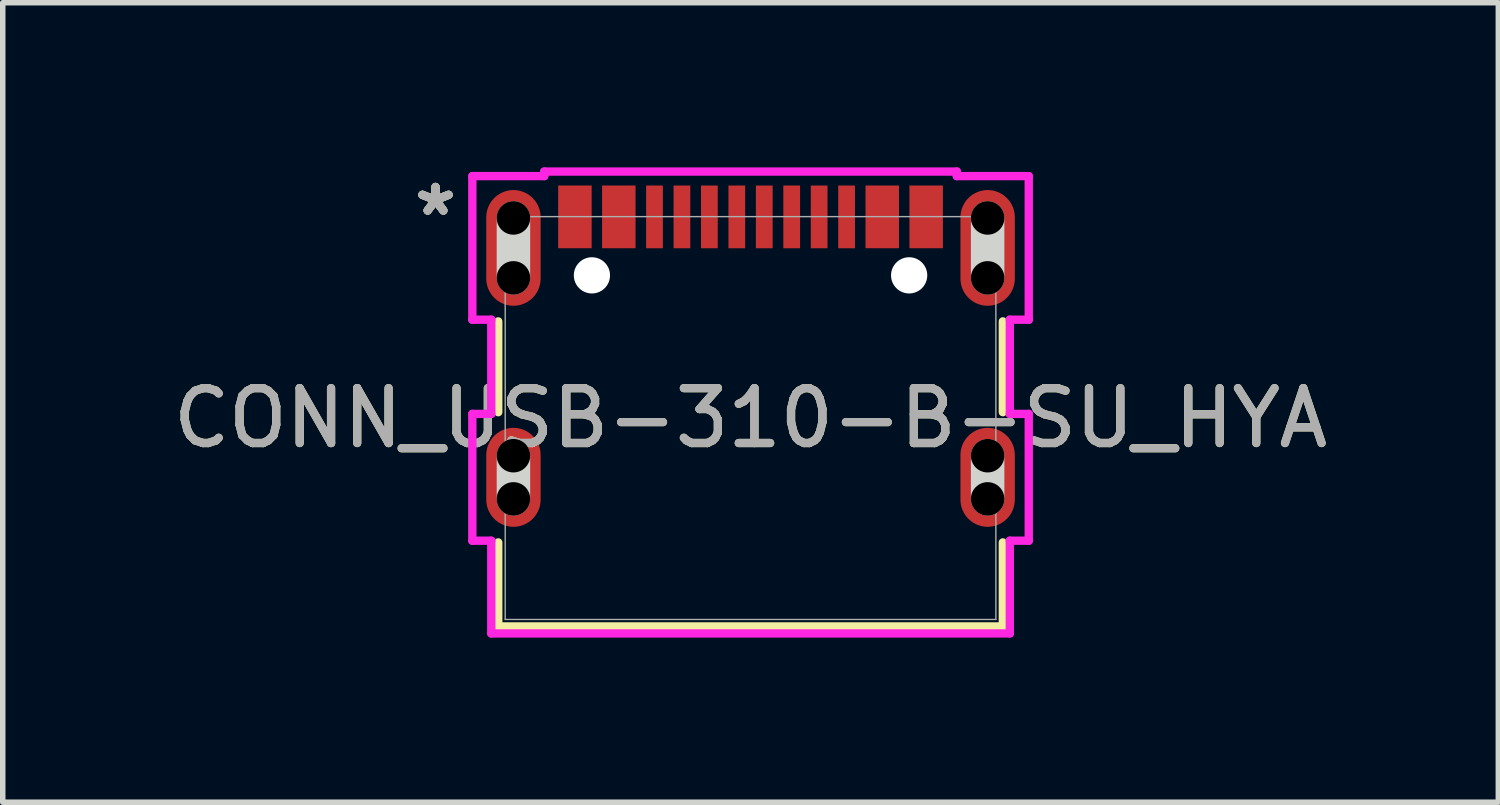
<source format=kicad_pcb>
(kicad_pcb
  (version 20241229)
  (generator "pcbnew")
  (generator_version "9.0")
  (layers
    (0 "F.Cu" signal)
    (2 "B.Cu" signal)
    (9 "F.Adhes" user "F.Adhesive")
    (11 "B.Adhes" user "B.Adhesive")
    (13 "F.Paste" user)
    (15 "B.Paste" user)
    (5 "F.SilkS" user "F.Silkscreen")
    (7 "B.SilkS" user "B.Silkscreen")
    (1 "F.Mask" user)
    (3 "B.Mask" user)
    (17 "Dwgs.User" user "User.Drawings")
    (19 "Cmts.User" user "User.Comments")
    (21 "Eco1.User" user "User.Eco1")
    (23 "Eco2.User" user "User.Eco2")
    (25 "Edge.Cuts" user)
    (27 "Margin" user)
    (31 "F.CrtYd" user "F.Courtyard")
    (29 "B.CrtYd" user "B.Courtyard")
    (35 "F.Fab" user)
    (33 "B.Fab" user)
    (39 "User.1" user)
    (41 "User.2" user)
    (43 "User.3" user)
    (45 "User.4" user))
  (footprint "CONN_USB-310-B-SU_HYA"
    (layer "F.Cu")
    (at 10.625 4.567)
    (property "Reference" "CONN_USB-310-B-SU_HYA" (at 0 0 0) (unlocked yes) (layer "F.SilkS") (effects (font (size 1 1) (thickness 0.15))))
    (attr smd)
    (fp_poly (pts (xy -2.895 -4.237) (xy -3.505 -4.237) (xy -3.505 -3.094) (xy -2.895 -3.094)) (stroke (width 0) (type solid)) (fill yes) (layer "F.Cu"))
    (fp_poly (pts (xy -2.095 -4.237) (xy -2.705 -4.237) (xy -2.705 -3.094) (xy -2.095 -3.094)) (stroke (width 0) (type solid)) (fill yes) (layer "F.Cu"))
    (fp_poly (pts (xy 2.705 -4.237) (xy 2.095 -4.237) (xy 2.095 -3.094) (xy 2.705 -3.094)) (stroke (width 0) (type solid)) (fill yes) (layer "F.Cu"))
    (fp_poly (pts (xy 3.505 -4.237) (xy 2.895 -4.237) (xy 2.895 -3.094) (xy 3.505 -3.094)) (stroke (width 0) (type solid)) (fill yes) (layer "F.Cu"))
    (fp_poly (pts (xy -2.895 -4.237) (xy -3.505 -4.237) (xy -3.505 -3.094) (xy -2.895 -3.094)) (stroke (width 0) (type solid)) (fill yes) (layer "F.Mask"))
    (fp_poly (pts (xy -2.095 -4.237) (xy -2.705 -4.237) (xy -2.705 -3.094) (xy -2.095 -3.094)) (stroke (width 0) (type solid)) (fill yes) (layer "F.Mask"))
    (fp_poly (pts (xy 2.705 -4.237) (xy 2.095 -4.237) (xy 2.095 -3.094) (xy 2.705 -3.094)) (stroke (width 0) (type solid)) (fill yes) (layer "F.Mask"))
    (fp_poly (pts (xy 3.505 -4.237) (xy 2.895 -4.237) (xy 2.895 -3.094) (xy 3.505 -3.094)) (stroke (width 0) (type solid)) (fill yes) (layer "F.Mask"))
    (fp_line (start -4.597 -1.761) (end -4.597 -0.107) (stroke (width 0.152) (type solid)) (layer "F.SilkS"))
    (fp_line (start -4.597 2.266) (end -4.597 3.797) (stroke (width 0.152) (type solid)) (layer "F.SilkS"))
    (fp_line (start -4.597 3.797) (end 4.597 3.797) (stroke (width 0.152) (type solid)) (layer "F.SilkS"))
    (fp_line (start 4.597 -0.107) (end 4.597 -1.761) (stroke (width 0.152) (type solid)) (layer "F.SilkS"))
    (fp_line (start 4.597 3.797) (end 4.597 2.266) (stroke (width 0.152) (type solid)) (layer "F.SilkS"))
    (fp_poly (pts (xy -2.895 -4.237) (xy -3.505 -4.237) (xy -3.505 -3.094) (xy -2.895 -3.094)) (stroke (width 0) (type solid)) (fill yes) (layer "F.Paste"))
    (fp_poly (pts (xy -2.095 -4.237) (xy -2.705 -4.237) (xy -2.705 -3.094) (xy -2.095 -3.094)) (stroke (width 0) (type solid)) (fill yes) (layer "F.Paste"))
    (fp_poly (pts (xy 2.705 -4.237) (xy 2.095 -4.237) (xy 2.095 -3.094) (xy 2.705 -3.094)) (stroke (width 0) (type solid)) (fill yes) (layer "F.Paste"))
    (fp_poly (pts (xy 3.505 -4.237) (xy 2.895 -4.237) (xy 2.895 -3.094) (xy 3.505 -3.094)) (stroke (width 0) (type solid)) (fill yes) (layer "F.Paste"))
    (fp_line (start -4.32 -2.554) (end -4.32 -3.646) (stroke (width 0.61) (type solid)) (layer "Edge.Cuts"))
    (fp_line (start -4.32 1.473) (end -4.32 0.686) (stroke (width 0.61) (type solid)) (layer "Edge.Cuts"))
    (fp_line (start 4.32 -2.554) (end 4.32 -3.646) (stroke (width 0.61) (type solid)) (layer "Edge.Cuts"))
    (fp_line (start 4.32 1.473) (end 4.32 0.686) (stroke (width 0.61) (type solid)) (layer "Edge.Cuts"))
    (fp_line (start -5.069 -4.408) (end -5.069 -1.792) (stroke (width 0.152) (type solid)) (layer "F.CrtYd"))
    (fp_line (start -5.069 -1.792) (end -4.724 -1.792) (stroke (width 0.152) (type solid)) (layer "F.CrtYd"))
    (fp_line (start -5.069 -0.076) (end -5.069 2.235) (stroke (width 0.152) (type solid)) (layer "F.CrtYd"))
    (fp_line (start -5.069 2.235) (end -4.724 2.235) (stroke (width 0.152) (type solid)) (layer "F.CrtYd"))
    (fp_line (start -4.724 -1.792) (end -4.724 -0.076) (stroke (width 0.152) (type solid)) (layer "F.CrtYd"))
    (fp_line (start -4.724 -0.076) (end -5.069 -0.076) (stroke (width 0.152) (type solid)) (layer "F.CrtYd"))
    (fp_line (start -4.724 2.235) (end -4.724 3.924) (stroke (width 0.152) (type solid)) (layer "F.CrtYd"))
    (fp_line (start -4.724 3.924) (end 4.724 3.924) (stroke (width 0.152) (type solid)) (layer "F.CrtYd"))
    (fp_line (start -3.759 -4.491) (end -3.759 -4.408) (stroke (width 0.152) (type solid)) (layer "F.CrtYd"))
    (fp_line (start -3.759 -4.408) (end -5.069 -4.408) (stroke (width 0.152) (type solid)) (layer "F.CrtYd"))
    (fp_line (start 3.759 -4.491) (end -3.759 -4.491) (stroke (width 0.152) (type solid)) (layer "F.CrtYd"))
    (fp_line (start 3.759 -4.408) (end 3.759 -4.491) (stroke (width 0.152) (type solid)) (layer "F.CrtYd"))
    (fp_line (start 4.724 -1.792) (end 5.069 -1.792) (stroke (width 0.152) (type solid)) (layer "F.CrtYd"))
    (fp_line (start 4.724 -0.076) (end 4.724 -1.792) (stroke (width 0.152) (type solid)) (layer "F.CrtYd"))
    (fp_line (start 4.724 2.235) (end 5.069 2.235) (stroke (width 0.152) (type solid)) (layer "F.CrtYd"))
    (fp_line (start 4.724 3.924) (end 4.724 2.235) (stroke (width 0.152) (type solid)) (layer "F.CrtYd"))
    (fp_line (start 5.069 -4.408) (end 3.759 -4.408) (stroke (width 0.152) (type solid)) (layer "F.CrtYd"))
    (fp_line (start 5.069 -1.792) (end 5.069 -4.408) (stroke (width 0.152) (type solid)) (layer "F.CrtYd"))
    (fp_line (start 5.069 -0.076) (end 4.724 -0.076) (stroke (width 0.152) (type solid)) (layer "F.CrtYd"))
    (fp_line (start 5.069 2.235) (end 5.069 -0.076) (stroke (width 0.152) (type solid)) (layer "F.CrtYd"))
    (fp_line (start -4.47 -3.67) (end -4.47 3.67) (stroke (width 0.025) (type solid)) (layer "F.Fab"))
    (fp_line (start -4.47 3.67) (end 4.47 3.67) (stroke (width 0.025) (type solid)) (layer "F.Fab"))
    (fp_line (start 4.47 -3.67) (end -4.47 -3.67) (stroke (width 0.025) (type solid)) (layer "F.Fab"))
    (fp_line (start 4.47 3.67) (end 4.47 -3.67) (stroke (width 0.025) (type solid)) (layer "F.Fab"))
    (fp_text user "*" (at -5.74 -3.665 0) (layer "F.SilkS") (effects (font (size 1 1) (thickness 0.15))))
    (fp_text user "*" (at -5.74 -3.665 0) (unlocked yes) (layer "F.SilkS") (effects (font (size 1 1) (thickness 0.15))))
    (fp_text user "*" (at -5.74 -3.665 0) (layer "F.Fab") (effects (font (size 1 1) (thickness 0.15))))
    (fp_text user "*" (at -5.74 -3.665 0) (unlocked yes) (layer "F.Fab") (effects (font (size 1 1) (thickness 0.15))))
    (fp_text user "${REFERENCE}" (at 0 0 0) (unlocked yes) (layer "F.Fab") (effects (font (size 1 1) (thickness 0.15))))
    (pad "" np_thru_hole circle (at -4.32 -3.646) (size 0.61 0.61) (drill 0.61) (layers))
    (pad "" np_thru_hole circle (at -4.32 -2.554) (size 0.61 0.61) (drill 0.61) (layers))
    (pad "" np_thru_hole circle (at -4.32 0.686) (size 0.61 0.61) (drill 0.61) (layers))
    (pad "" np_thru_hole circle (at -4.32 1.473) (size 0.61 0.61) (drill 0.61) (layers))
    (pad "" np_thru_hole circle (at -2.89 -2.6) (size 0.66 0.66) (drill 0.66) (layers "*.Cu" "*.Mask"))
    (pad "" np_thru_hole circle (at 2.89 -2.6) (size 0.66 0.66) (drill 0.66) (layers "*.Cu" "*.Mask"))
    (pad "" np_thru_hole circle (at 4.32 -3.646) (size 0.61 0.61) (drill 0.61) (layers))
    (pad "" np_thru_hole circle (at 4.32 -2.554) (size 0.61 0.61) (drill 0.61) (layers))
    (pad "" np_thru_hole circle (at 4.32 0.686) (size 0.61 0.61) (drill 0.61) (layers))
    (pad "" np_thru_hole circle (at 4.32 1.473) (size 0.61 0.61) (drill 0.61) (layers))
    (pad "19" smd oval (at -4.32 -3.1) (size 0.991 2.108) (layers "F.Cu" "F.Mask" "F.Paste"))
    (pad "20" smd oval (at 4.32 -3.1) (size 0.991 2.108) (layers "F.Cu" "F.Mask" "F.Paste"))
    (pad "21" smd oval (at -4.32 1.08) (size 0.991 1.803) (layers "F.Cu" "F.Mask" "F.Paste"))
    (pad "22" smd oval (at 4.32 1.08) (size 0.991 1.803) (layers "F.Cu" "F.Mask" "F.Paste"))
    (pad "A1" smd rect (at -3.325 -3.665) (size 0.127 0.127) (layers "F.Cu" "F.Mask" "F.Paste"))
    (pad "A4" smd rect (at -2.525 -3.665) (size 0.127 0.127) (layers "F.Cu" "F.Mask" "F.Paste"))
    (pad "A5" smd rect (at -1.25 -3.665) (size 0.305 1.143) (layers "F.Cu" "F.Mask" "F.Paste"))
    (pad "A6" smd rect (at -0.25 -3.665) (size 0.305 1.143) (layers "F.Cu" "F.Mask" "F.Paste"))
    (pad "A7" smd rect (at 0.25 -3.665) (size 0.305 1.143) (layers "F.Cu" "F.Mask" "F.Paste"))
    (pad "A8" smd rect (at 1.25 -3.665) (size 0.305 1.143) (layers "F.Cu" "F.Mask" "F.Paste"))
    (pad "A9" smd rect (at 2.525 -3.665) (size 0.127 0.127) (layers "F.Cu" "F.Mask" "F.Paste"))
    (pad "A12" smd rect (at 3.325 -3.665) (size 0.127 0.127) (layers "F.Cu" "F.Mask" "F.Paste"))
    (pad "B1" smd rect (at 3.075 -3.665) (size 0.127 0.127) (layers "F.Cu" "F.Mask" "F.Paste"))
    (pad "B4" smd rect (at 2.275 -3.665) (size 0.127 0.127) (layers "F.Cu" "F.Mask" "F.Paste"))
    (pad "B5" smd rect (at 1.75 -3.665) (size 0.305 1.143) (layers "F.Cu" "F.Mask" "F.Paste"))
    (pad "B6" smd rect (at 0.75 -3.665) (size 0.305 1.143) (layers "F.Cu" "F.Mask" "F.Paste"))
    (pad "B7" smd rect (at -0.75 -3.665) (size 0.305 1.143) (layers "F.Cu" "F.Mask" "F.Paste"))
    (pad "B8" smd rect (at -1.75 -3.665) (size 0.305 1.143) (layers "F.Cu" "F.Mask" "F.Paste"))
    (pad "B9" smd rect (at -2.275 -3.665) (size 0.127 0.127) (layers "F.Cu" "F.Mask" "F.Paste"))
    (pad "B12" smd rect (at -3.075 -3.665) (size 0.127 0.127) (layers "F.Cu" "F.Mask" "F.Paste")))
  (gr_rect
    (start -3 -3)
    (end 24.25 11.567)
    (stroke (width 0.1) (type default))
    (fill no)
    (layer "Edge.Cuts")))
</source>
